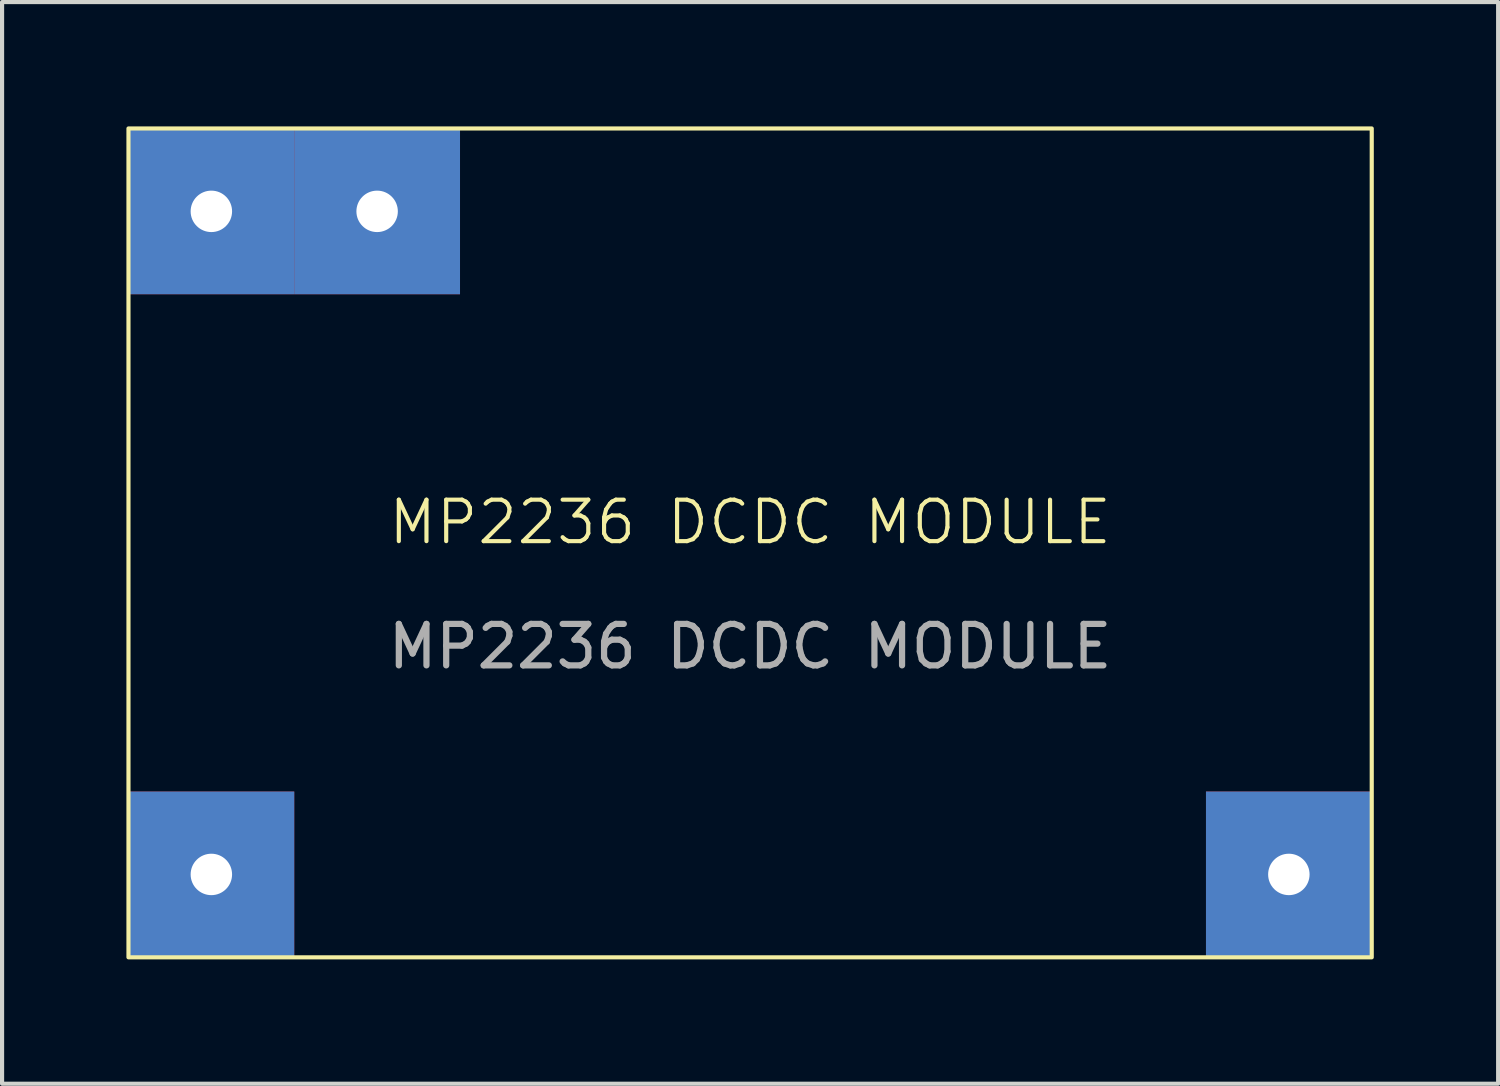
<source format=kicad_pcb>
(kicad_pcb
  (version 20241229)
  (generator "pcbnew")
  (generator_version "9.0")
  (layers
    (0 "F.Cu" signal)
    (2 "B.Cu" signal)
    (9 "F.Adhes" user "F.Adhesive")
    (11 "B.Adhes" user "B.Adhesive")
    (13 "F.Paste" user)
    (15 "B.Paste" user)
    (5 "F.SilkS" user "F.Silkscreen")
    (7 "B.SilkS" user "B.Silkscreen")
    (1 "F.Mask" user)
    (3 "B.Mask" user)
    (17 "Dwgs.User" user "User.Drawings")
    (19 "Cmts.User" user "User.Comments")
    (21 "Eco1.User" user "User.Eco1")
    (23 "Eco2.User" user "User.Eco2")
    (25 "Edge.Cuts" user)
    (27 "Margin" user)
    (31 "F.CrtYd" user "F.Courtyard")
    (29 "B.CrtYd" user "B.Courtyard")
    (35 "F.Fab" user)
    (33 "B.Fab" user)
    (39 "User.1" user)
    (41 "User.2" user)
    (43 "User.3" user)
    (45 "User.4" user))
  (footprint "MP2236 DCDC MODULE"
    (layer "F.Cu")
    (at 15.05 10.05)
    (property "Reference" "MP2236 DCDC MODULE" (at 0 -0.5 0) (unlocked yes) (layer "F.SilkS") (effects (font (size 1 1) (thickness 0.1))))
    (attr through_hole)
    (fp_rect (start -15 -10) (end 15 10) (stroke (width 0.1) (type default)) (fill no) (layer "F.SilkS"))
    (fp_text user "${REFERENCE}" (at 0 2.5 0) (unlocked yes) (layer "F.Fab") (effects (font (size 1 1) (thickness 0.15))))
    (pad "1" thru_hole rect (at -13 8) (size 4 4) (drill 1) (layers "*.Cu" "*.Mask"))
    (pad "2" thru_hole rect (at 13 8) (size 4 4) (drill 1) (layers "*.Cu" "*.Mask"))
    (pad "3" thru_hole rect (at -13 -8) (size 4 4) (drill 1) (layers "*.Cu" "*.Mask"))
    (pad "4" thru_hole rect (at -9 -8) (size 4 4) (drill 1) (layers "*.Cu" "*.Mask")))
  (gr_rect
    (start -3 -3)
    (end 33.1 23.1)
    (stroke (width 0.1) (type default))
    (fill no)
    (layer "Edge.Cuts")))
</source>
